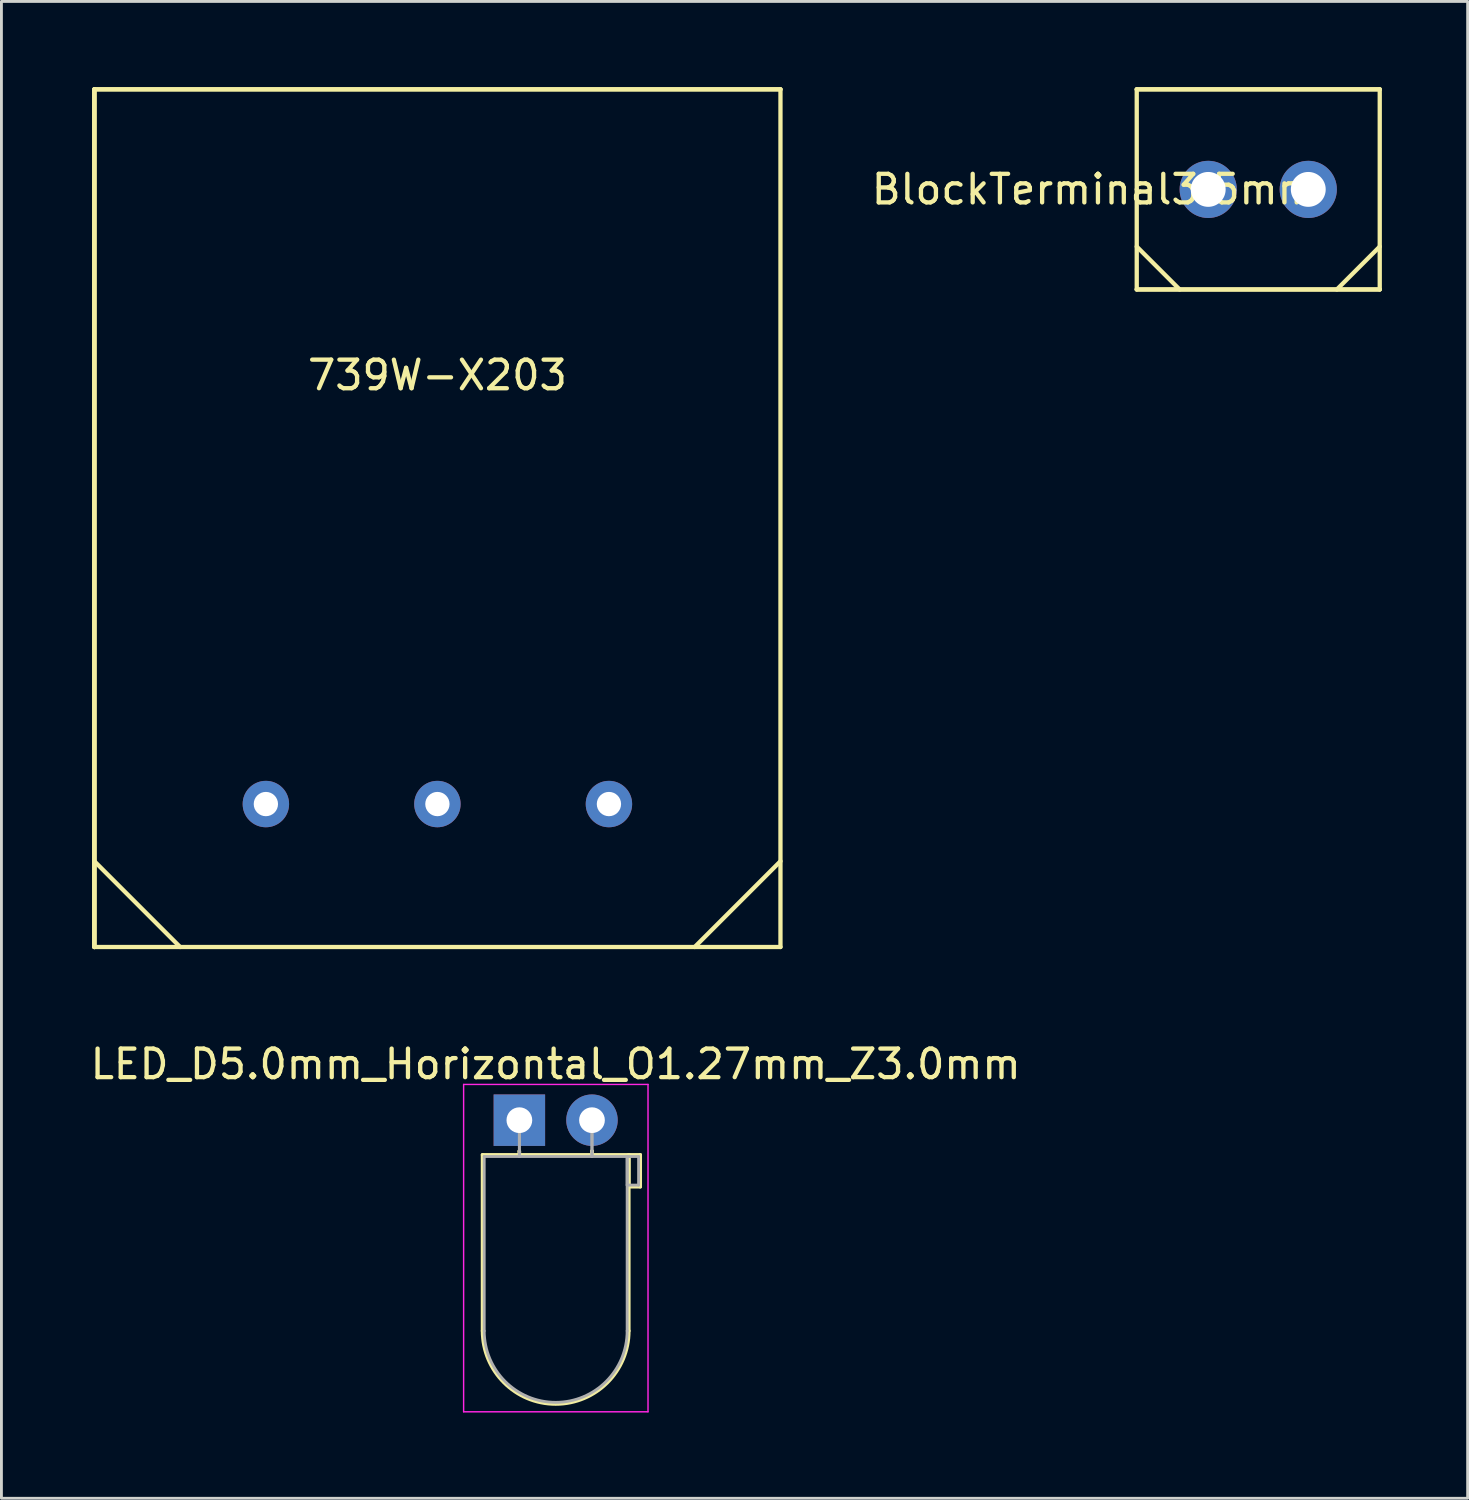
<source format=kicad_pcb>
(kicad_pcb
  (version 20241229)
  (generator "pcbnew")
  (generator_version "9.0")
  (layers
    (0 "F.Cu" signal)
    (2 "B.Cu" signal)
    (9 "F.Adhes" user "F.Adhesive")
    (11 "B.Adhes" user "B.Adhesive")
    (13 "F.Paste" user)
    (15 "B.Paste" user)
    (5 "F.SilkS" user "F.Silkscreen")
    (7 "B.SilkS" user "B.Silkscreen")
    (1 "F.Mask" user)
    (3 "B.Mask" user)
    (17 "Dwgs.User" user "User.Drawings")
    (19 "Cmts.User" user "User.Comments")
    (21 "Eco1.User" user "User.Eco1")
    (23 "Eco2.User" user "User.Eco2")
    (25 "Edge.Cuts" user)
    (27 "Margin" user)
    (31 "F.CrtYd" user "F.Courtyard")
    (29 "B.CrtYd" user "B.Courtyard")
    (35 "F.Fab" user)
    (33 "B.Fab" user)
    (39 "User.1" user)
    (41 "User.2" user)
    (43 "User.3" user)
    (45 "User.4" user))
  (footprint "BlockTerminal3.5mm"
    (layer "F.Cu")
    (at 39.212 3.575)
    (property "Reference" "BlockTerminal3.5mm" (at -4 0 0) (layer "F.SilkS") (effects (font (size 1 1) (thickness 0.15))))
    (attr through_hole)
    (fp_line (start -2.5 -3.5) (end 6 -3.5) (stroke (width 0.15) (type solid)) (layer "F.SilkS"))
    (fp_line (start -2.5 0) (end -2.5 -3.5) (stroke (width 0.15) (type solid)) (layer "F.SilkS"))
    (fp_line (start -2.5 2) (end -1 3.5) (stroke (width 0.15) (type solid)) (layer "F.SilkS"))
    (fp_line (start -2.5 3.5) (end -2.5 0) (stroke (width 0.15) (type solid)) (layer "F.SilkS"))
    (fp_line (start -2.5 3.5) (end 6 3.5) (stroke (width 0.15) (type solid)) (layer "F.SilkS"))
    (fp_line (start 4.5 3.5) (end 6 2) (stroke (width 0.15) (type solid)) (layer "F.SilkS"))
    (fp_line (start 6 -3.5) (end -2.5 -3.5) (stroke (width 0.15) (type solid)) (layer "F.SilkS"))
    (fp_line (start 6 -3.5) (end 6 3.5) (stroke (width 0.15) (type solid)) (layer "F.SilkS"))
    (fp_line (start 6 3.5) (end -2.5 3.5) (stroke (width 0.15) (type solid)) (layer "F.SilkS"))
    (pad "1" thru_hole circle (at 0 0) (size 2 2) (drill 1.22) (layers "*.Cu" "*.Mask"))
    (pad "2" thru_hole circle (at 3.5 0) (size 2 2) (drill 1.22) (layers "*.Cu" "*.Mask")))
  (footprint "LED_D5.0mm_Horizontal_O1.27mm_Z3.0mm"
    (layer "F.Cu")
    (at 15.117 36.133)
    (property "Reference" "LED_D5.0mm_Horizontal_O1.27mm_Z3.0mm" (at 1.27 -1.96 0) (layer "F.SilkS") (effects (font (size 1 1) (thickness 0.15))))
    (attr through_hole)
    (fp_line (start -1.29 1.21) (end -1.29 7.37) (stroke (width 0.12) (type solid)) (layer "F.SilkS"))
    (fp_line (start -1.29 1.21) (end 3.83 1.21) (stroke (width 0.12) (type solid)) (layer "F.SilkS"))
    (fp_line (start 0 1.08) (end 0 1.08) (stroke (width 0.12) (type solid)) (layer "F.SilkS"))
    (fp_line (start 0 1.08) (end 0 1.21) (stroke (width 0.12) (type solid)) (layer "F.SilkS"))
    (fp_line (start 0 1.21) (end 0 1.08) (stroke (width 0.12) (type solid)) (layer "F.SilkS"))
    (fp_line (start 0 1.21) (end 0 1.21) (stroke (width 0.12) (type solid)) (layer "F.SilkS"))
    (fp_line (start 2.54 1.08) (end 2.54 1.08) (stroke (width 0.12) (type solid)) (layer "F.SilkS"))
    (fp_line (start 2.54 1.08) (end 2.54 1.21) (stroke (width 0.12) (type solid)) (layer "F.SilkS"))
    (fp_line (start 2.54 1.21) (end 2.54 1.08) (stroke (width 0.12) (type solid)) (layer "F.SilkS"))
    (fp_line (start 2.54 1.21) (end 2.54 1.21) (stroke (width 0.12) (type solid)) (layer "F.SilkS"))
    (fp_line (start 3.83 1.21) (end 3.83 7.37) (stroke (width 0.12) (type solid)) (layer "F.SilkS"))
    (fp_line (start 3.83 1.21) (end 4.23 1.21) (stroke (width 0.12) (type solid)) (layer "F.SilkS"))
    (fp_line (start 3.83 2.33) (end 3.83 1.21) (stroke (width 0.12) (type solid)) (layer "F.SilkS"))
    (fp_line (start 4.23 1.21) (end 4.23 2.33) (stroke (width 0.12) (type solid)) (layer "F.SilkS"))
    (fp_line (start 4.23 2.33) (end 3.83 2.33) (stroke (width 0.12) (type solid)) (layer "F.SilkS"))
    (fp_arc (start 3.83 7.37) (mid 1.27 9.93) (end -1.29 7.37) (stroke (width 0.12) (type solid)) (layer "F.SilkS"))
    (fp_line (start -1.95 -1.25) (end -1.95 10.2) (stroke (width 0.05) (type solid)) (layer "F.CrtYd"))
    (fp_line (start -1.95 10.2) (end 4.5 10.2) (stroke (width 0.05) (type solid)) (layer "F.CrtYd"))
    (fp_line (start 4.5 -1.25) (end -1.95 -1.25) (stroke (width 0.05) (type solid)) (layer "F.CrtYd"))
    (fp_line (start 4.5 10.2) (end 4.5 -1.25) (stroke (width 0.05) (type solid)) (layer "F.CrtYd"))
    (fp_line (start -1.23 1.27) (end -1.23 7.37) (stroke (width 0.1) (type solid)) (layer "F.Fab"))
    (fp_line (start -1.23 1.27) (end 3.77 1.27) (stroke (width 0.1) (type solid)) (layer "F.Fab"))
    (fp_line (start 0 0) (end 0 0) (stroke (width 0.1) (type solid)) (layer "F.Fab"))
    (fp_line (start 0 0) (end 0 1.27) (stroke (width 0.1) (type solid)) (layer "F.Fab"))
    (fp_line (start 0 1.27) (end 0 0) (stroke (width 0.1) (type solid)) (layer "F.Fab"))
    (fp_line (start 0 1.27) (end 0 1.27) (stroke (width 0.1) (type solid)) (layer "F.Fab"))
    (fp_line (start 2.54 0) (end 2.54 0) (stroke (width 0.1) (type solid)) (layer "F.Fab"))
    (fp_line (start 2.54 0) (end 2.54 1.27) (stroke (width 0.1) (type solid)) (layer "F.Fab"))
    (fp_line (start 2.54 1.27) (end 2.54 0) (stroke (width 0.1) (type solid)) (layer "F.Fab"))
    (fp_line (start 2.54 1.27) (end 2.54 1.27) (stroke (width 0.1) (type solid)) (layer "F.Fab"))
    (fp_line (start 3.77 1.27) (end 3.77 7.37) (stroke (width 0.1) (type solid)) (layer "F.Fab"))
    (fp_line (start 3.77 1.27) (end 4.17 1.27) (stroke (width 0.1) (type solid)) (layer "F.Fab"))
    (fp_line (start 3.77 2.27) (end 3.77 1.27) (stroke (width 0.1) (type solid)) (layer "F.Fab"))
    (fp_line (start 4.17 1.27) (end 4.17 2.27) (stroke (width 0.1) (type solid)) (layer "F.Fab"))
    (fp_line (start 4.17 2.27) (end 3.77 2.27) (stroke (width 0.1) (type solid)) (layer "F.Fab"))
    (fp_arc (start 3.77 7.37) (mid 1.27 9.87) (end -1.23 7.37) (stroke (width 0.1) (type solid)) (layer "F.Fab"))
    (pad "1" thru_hole rect (at 0 0) (size 1.8 1.8) (drill 0.9) (layers "*.Cu" "*.Mask"))
    (pad "2" thru_hole circle (at 2.54 0) (size 1.8 1.8) (drill 0.9) (layers "*.Cu" "*.Mask")))
  (footprint "739W-X203"
    (layer "F.Cu")
    (at 0.25 30.075)
    (property "Reference" "739W-X203" (at 12 -20 0) (layer "F.SilkS") (effects (font (size 1 1) (thickness 0.15))))
    (attr through_hole)
    (fp_line (start 0 -30) (end 0 0) (stroke (width 0.15) (type solid)) (layer "F.SilkS"))
    (fp_line (start 0 -30) (end 24 -30) (stroke (width 0.15) (type solid)) (layer "F.SilkS"))
    (fp_line (start 0 -30) (end 24 -30) (stroke (width 0.15) (type solid)) (layer "F.SilkS"))
    (fp_line (start 0 0) (end 0 -30) (stroke (width 0.15) (type solid)) (layer "F.SilkS"))
    (fp_line (start 0 0) (end 0 -30) (stroke (width 0.15) (type solid)) (layer "F.SilkS"))
    (fp_line (start 0 0) (end 24 0) (stroke (width 0.15) (type solid)) (layer "F.SilkS"))
    (fp_line (start 3 0) (end 0 -3) (stroke (width 0.15) (type solid)) (layer "F.SilkS"))
    (fp_line (start 21 0) (end 24 -3) (stroke (width 0.15) (type solid)) (layer "F.SilkS"))
    (fp_line (start 24 -30) (end 24 0) (stroke (width 0.15) (type solid)) (layer "F.SilkS"))
    (pad "1" thru_hole circle (at 6 -5) (size 1.624 1.624) (drill 0.85) (layers "*.Cu" "*.Mask"))
    (pad "2" thru_hole circle (at 18 -5) (size 1.624 1.624) (drill 0.85) (layers "*.Cu" "*.Mask"))
    (pad "3" thru_hole circle (at 12 -5) (size 1.624 1.624) (drill 0.85) (layers "*.Cu" "*.Mask")))
  (gr_rect
    (start -3 -3)
    (end 48.287 49.358)
    (stroke (width 0.1) (type default))
    (fill no)
    (layer "Edge.Cuts")))
</source>
